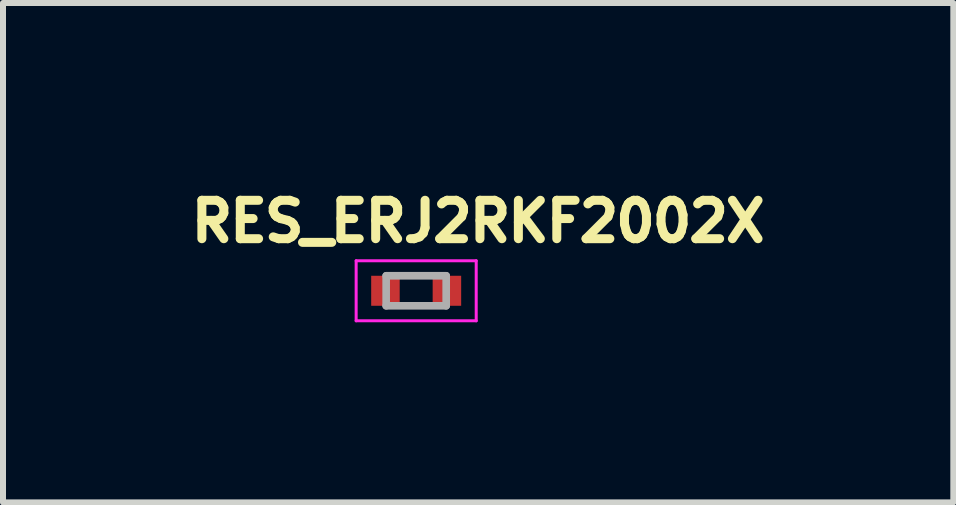
<source format=kicad_pcb>
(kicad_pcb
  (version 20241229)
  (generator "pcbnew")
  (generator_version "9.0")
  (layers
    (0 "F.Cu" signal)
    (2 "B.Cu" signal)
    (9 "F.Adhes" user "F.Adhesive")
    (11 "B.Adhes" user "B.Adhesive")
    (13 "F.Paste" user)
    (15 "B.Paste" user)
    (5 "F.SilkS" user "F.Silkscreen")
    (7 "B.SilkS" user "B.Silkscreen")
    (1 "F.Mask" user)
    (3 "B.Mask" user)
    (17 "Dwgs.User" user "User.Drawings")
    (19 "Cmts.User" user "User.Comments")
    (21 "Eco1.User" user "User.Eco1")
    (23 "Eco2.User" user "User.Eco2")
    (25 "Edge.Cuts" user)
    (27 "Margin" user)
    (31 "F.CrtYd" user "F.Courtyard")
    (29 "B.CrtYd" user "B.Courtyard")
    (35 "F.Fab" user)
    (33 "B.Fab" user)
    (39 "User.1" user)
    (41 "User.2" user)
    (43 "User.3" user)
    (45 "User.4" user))
  (footprint "RES_ERJ2RKF2002X"
    (layer "F.Cu")
    (at 3.883 1.794)
    (property "Reference" "RES_ERJ2RKF2002X" (at 1.032 -1.156 0) (layer "F.SilkS") (effects (font (size 0.64 0.64) (thickness 0.15))))
    (attr smd)
    (fp_line (start -1 -0.5) (end -1 0.5) (stroke (width 0.05) (type solid)) (layer "F.CrtYd"))
    (fp_line (start -1 0.5) (end 1 0.5) (stroke (width 0.05) (type solid)) (layer "F.CrtYd"))
    (fp_line (start 1 -0.5) (end -1 -0.5) (stroke (width 0.05) (type solid)) (layer "F.CrtYd"))
    (fp_line (start 1 0.5) (end 1 -0.5) (stroke (width 0.05) (type solid)) (layer "F.CrtYd"))
    (fp_line (start -0.5 -0.25) (end -0.5 0.25) (stroke (width 0.127) (type solid)) (layer "F.Fab"))
    (fp_line (start -0.5 -0.25) (end 0.5 -0.25) (stroke (width 0.127) (type solid)) (layer "F.Fab"))
    (fp_line (start -0.5 0.25) (end 0.5 0.25) (stroke (width 0.127) (type solid)) (layer "F.Fab"))
    (fp_line (start 0.5 -0.25) (end 0.5 0.25) (stroke (width 0.127) (type solid)) (layer "F.Fab"))
    (pad "1" smd rect (at -0.512 0) (size 0.475 0.5) (layers "F.Cu" "F.Mask" "F.Paste"))
    (pad "2" smd rect (at 0.512 0) (size 0.475 0.5) (layers "F.Cu" "F.Mask" "F.Paste")))
  (gr_rect
    (start -3 -3)
    (end 12.831 5.319)
    (stroke (width 0.1) (type default))
    (fill no)
    (layer "Edge.Cuts")))
</source>
